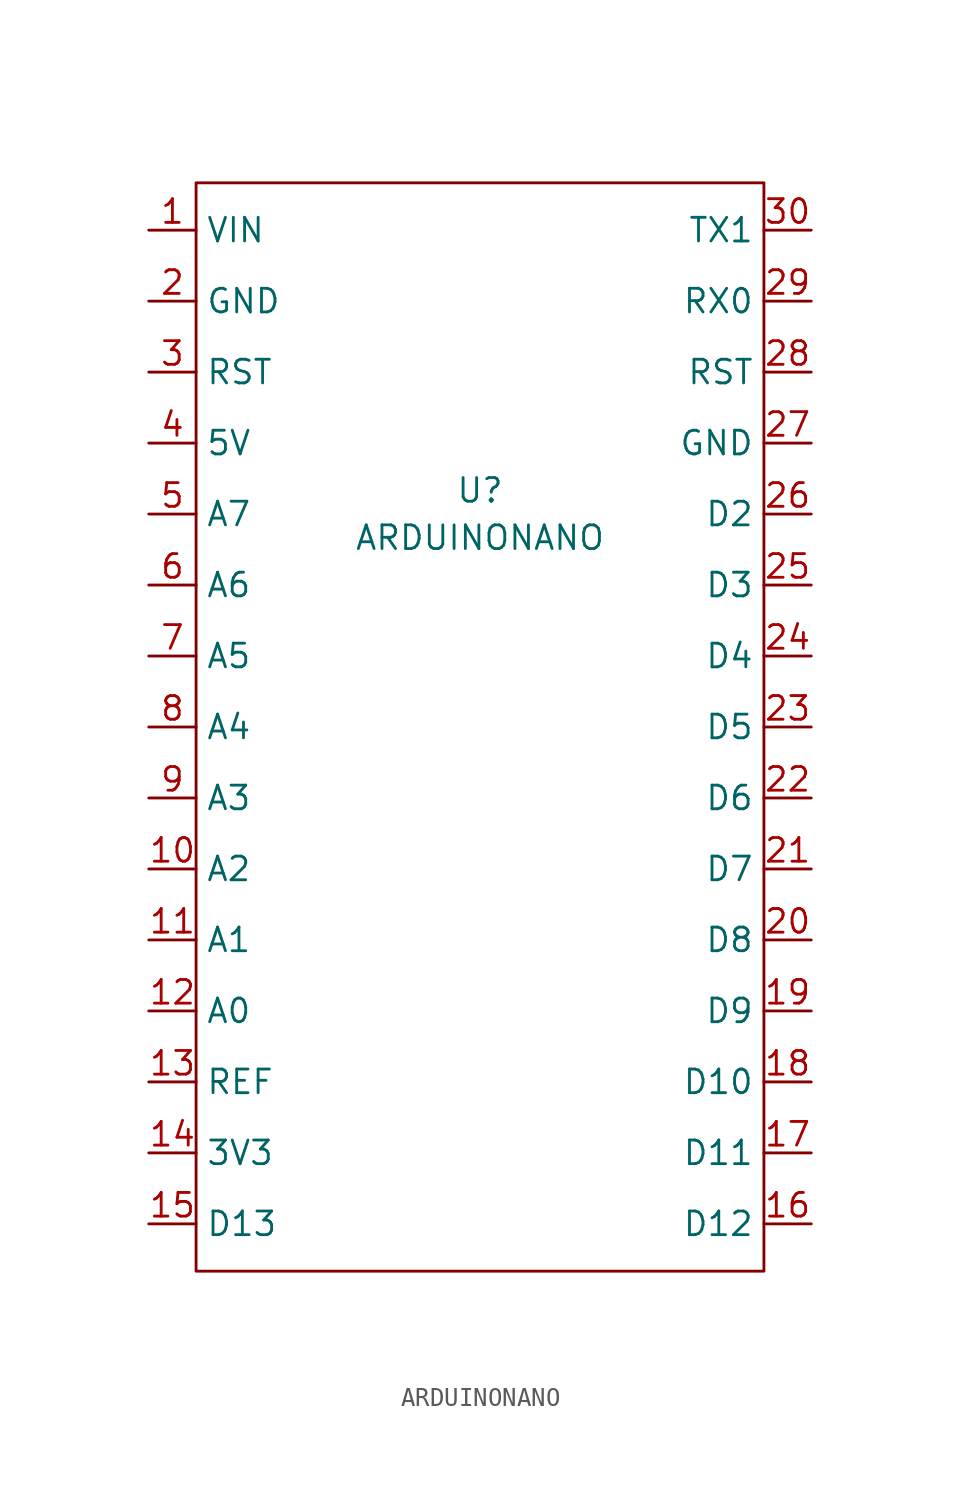
<source format=kicad_sym>
(kicad_symbol_lib
  (version 20211014)
  (generator kicad_symbol_editor)
  (symbol "ARDUINONANO"
    (property "Reference" "U"
      (at 5.08 -2.54 0)
      (effects (font (size 1.27 1.27))))
    (property "Value" "ARDUINONANO"
      (at 5.08 -5.08 0)
      (effects (font (size 1.27 1.27))))
    (symbol "ARDUINONANO_0_1"
      (rectangle (start -10.16 13.97) (end 20.32 -44.45) (stroke (width 0) (type default) (color 0 0 0 0)) (fill (type none))))
    (symbol "ARDUINONANO_1_1"
      (pin input line (at -12.7 11.43 0) (length 2.54) (name "VIN" (effects (font (size 1.27 1.27)))) (number "1" (effects (font (size 1.27 1.27)))))
      (pin input line (at -12.7 -22.86 0) (length 2.54) (name "A2" (effects (font (size 1.27 1.27)))) (number "10" (effects (font (size 1.27 1.27)))))
      (pin input line (at -12.7 -26.67 0) (length 2.54) (name "A1" (effects (font (size 1.27 1.27)))) (number "11" (effects (font (size 1.27 1.27)))))
      (pin input line (at -12.7 -30.48 0) (length 2.54) (name "A0" (effects (font (size 1.27 1.27)))) (number "12" (effects (font (size 1.27 1.27)))))
      (pin input line (at -12.7 -34.29 0) (length 2.54) (name "REF" (effects (font (size 1.27 1.27)))) (number "13" (effects (font (size 1.27 1.27)))))
      (pin input line (at -12.7 -38.1 0) (length 2.54) (name "3V3" (effects (font (size 1.27 1.27)))) (number "14" (effects (font (size 1.27 1.27)))))
      (pin input line (at -12.7 -41.91 0) (length 2.54) (name "D13" (effects (font (size 1.27 1.27)))) (number "15" (effects (font (size 1.27 1.27)))))
      (pin input line (at 22.86 -41.91 180) (length 2.54) (name "D12" (effects (font (size 1.27 1.27)))) (number "16" (effects (font (size 1.27 1.27)))))
      (pin input line (at 22.86 -38.1 180) (length 2.54) (name "D11" (effects (font (size 1.27 1.27)))) (number "17" (effects (font (size 1.27 1.27)))))
      (pin input line (at 22.86 -34.29 180) (length 2.54) (name "D10" (effects (font (size 1.27 1.27)))) (number "18" (effects (font (size 1.27 1.27)))))
      (pin input line (at 22.86 -30.48 180) (length 2.54) (name "D9" (effects (font (size 1.27 1.27)))) (number "19" (effects (font (size 1.27 1.27)))))
      (pin input line (at -12.7 7.62 0) (length 2.54) (name "GND" (effects (font (size 1.27 1.27)))) (number "2" (effects (font (size 1.27 1.27)))))
      (pin input line (at 22.86 -26.67 180) (length 2.54) (name "D8" (effects (font (size 1.27 1.27)))) (number "20" (effects (font (size 1.27 1.27)))))
      (pin input line (at 22.86 -22.86 180) (length 2.54) (name "D7" (effects (font (size 1.27 1.27)))) (number "21" (effects (font (size 1.27 1.27)))))
      (pin input line (at 22.86 -19.05 180) (length 2.54) (name "D6" (effects (font (size 1.27 1.27)))) (number "22" (effects (font (size 1.27 1.27)))))
      (pin input line (at 22.86 -15.24 180) (length 2.54) (name "D5" (effects (font (size 1.27 1.27)))) (number "23" (effects (font (size 1.27 1.27)))))
      (pin input line (at 22.86 -11.43 180) (length 2.54) (name "D4" (effects (font (size 1.27 1.27)))) (number "24" (effects (font (size 1.27 1.27)))))
      (pin input line (at 22.86 -7.62 180) (length 2.54) (name "D3" (effects (font (size 1.27 1.27)))) (number "25" (effects (font (size 1.27 1.27)))))
      (pin input line (at 22.86 -3.81 180) (length 2.54) (name "D2" (effects (font (size 1.27 1.27)))) (number "26" (effects (font (size 1.27 1.27)))))
      (pin input line (at 22.86 0 180) (length 2.54) (name "GND" (effects (font (size 1.27 1.27)))) (number "27" (effects (font (size 1.27 1.27)))))
      (pin input line (at 22.86 3.81 180) (length 2.54) (name "RST" (effects (font (size 1.27 1.27)))) (number "28" (effects (font (size 1.27 1.27)))))
      (pin input line (at 22.86 7.62 180) (length 2.54) (name "RX0" (effects (font (size 1.27 1.27)))) (number "29" (effects (font (size 1.27 1.27)))))
      (pin input line (at -12.7 3.81 0) (length 2.54) (name "RST" (effects (font (size 1.27 1.27)))) (number "3" (effects (font (size 1.27 1.27)))))
      (pin input line (at 22.86 11.43 180) (length 2.54) (name "TX1" (effects (font (size 1.27 1.27)))) (number "30" (effects (font (size 1.27 1.27)))))
      (pin input line (at -12.7 0 0) (length 2.54) (name "5V" (effects (font (size 1.27 1.27)))) (number "4" (effects (font (size 1.27 1.27)))))
      (pin input line (at -12.7 -3.81 0) (length 2.54) (name "A7" (effects (font (size 1.27 1.27)))) (number "5" (effects (font (size 1.27 1.27)))))
      (pin input line (at -12.7 -7.62 0) (length 2.54) (name "A6" (effects (font (size 1.27 1.27)))) (number "6" (effects (font (size 1.27 1.27)))))
      (pin input line (at -12.7 -11.43 0) (length 2.54) (name "A5" (effects (font (size 1.27 1.27)))) (number "7" (effects (font (size 1.27 1.27)))))
      (pin input line (at -12.7 -15.24 0) (length 2.54) (name "A4" (effects (font (size 1.27 1.27)))) (number "8" (effects (font (size 1.27 1.27)))))
      (pin input line (at -12.7 -19.05 0) (length 2.54) (name "A3" (effects (font (size 1.27 1.27)))) (number "9" (effects (font (size 1.27 1.27))))))))
</source>
